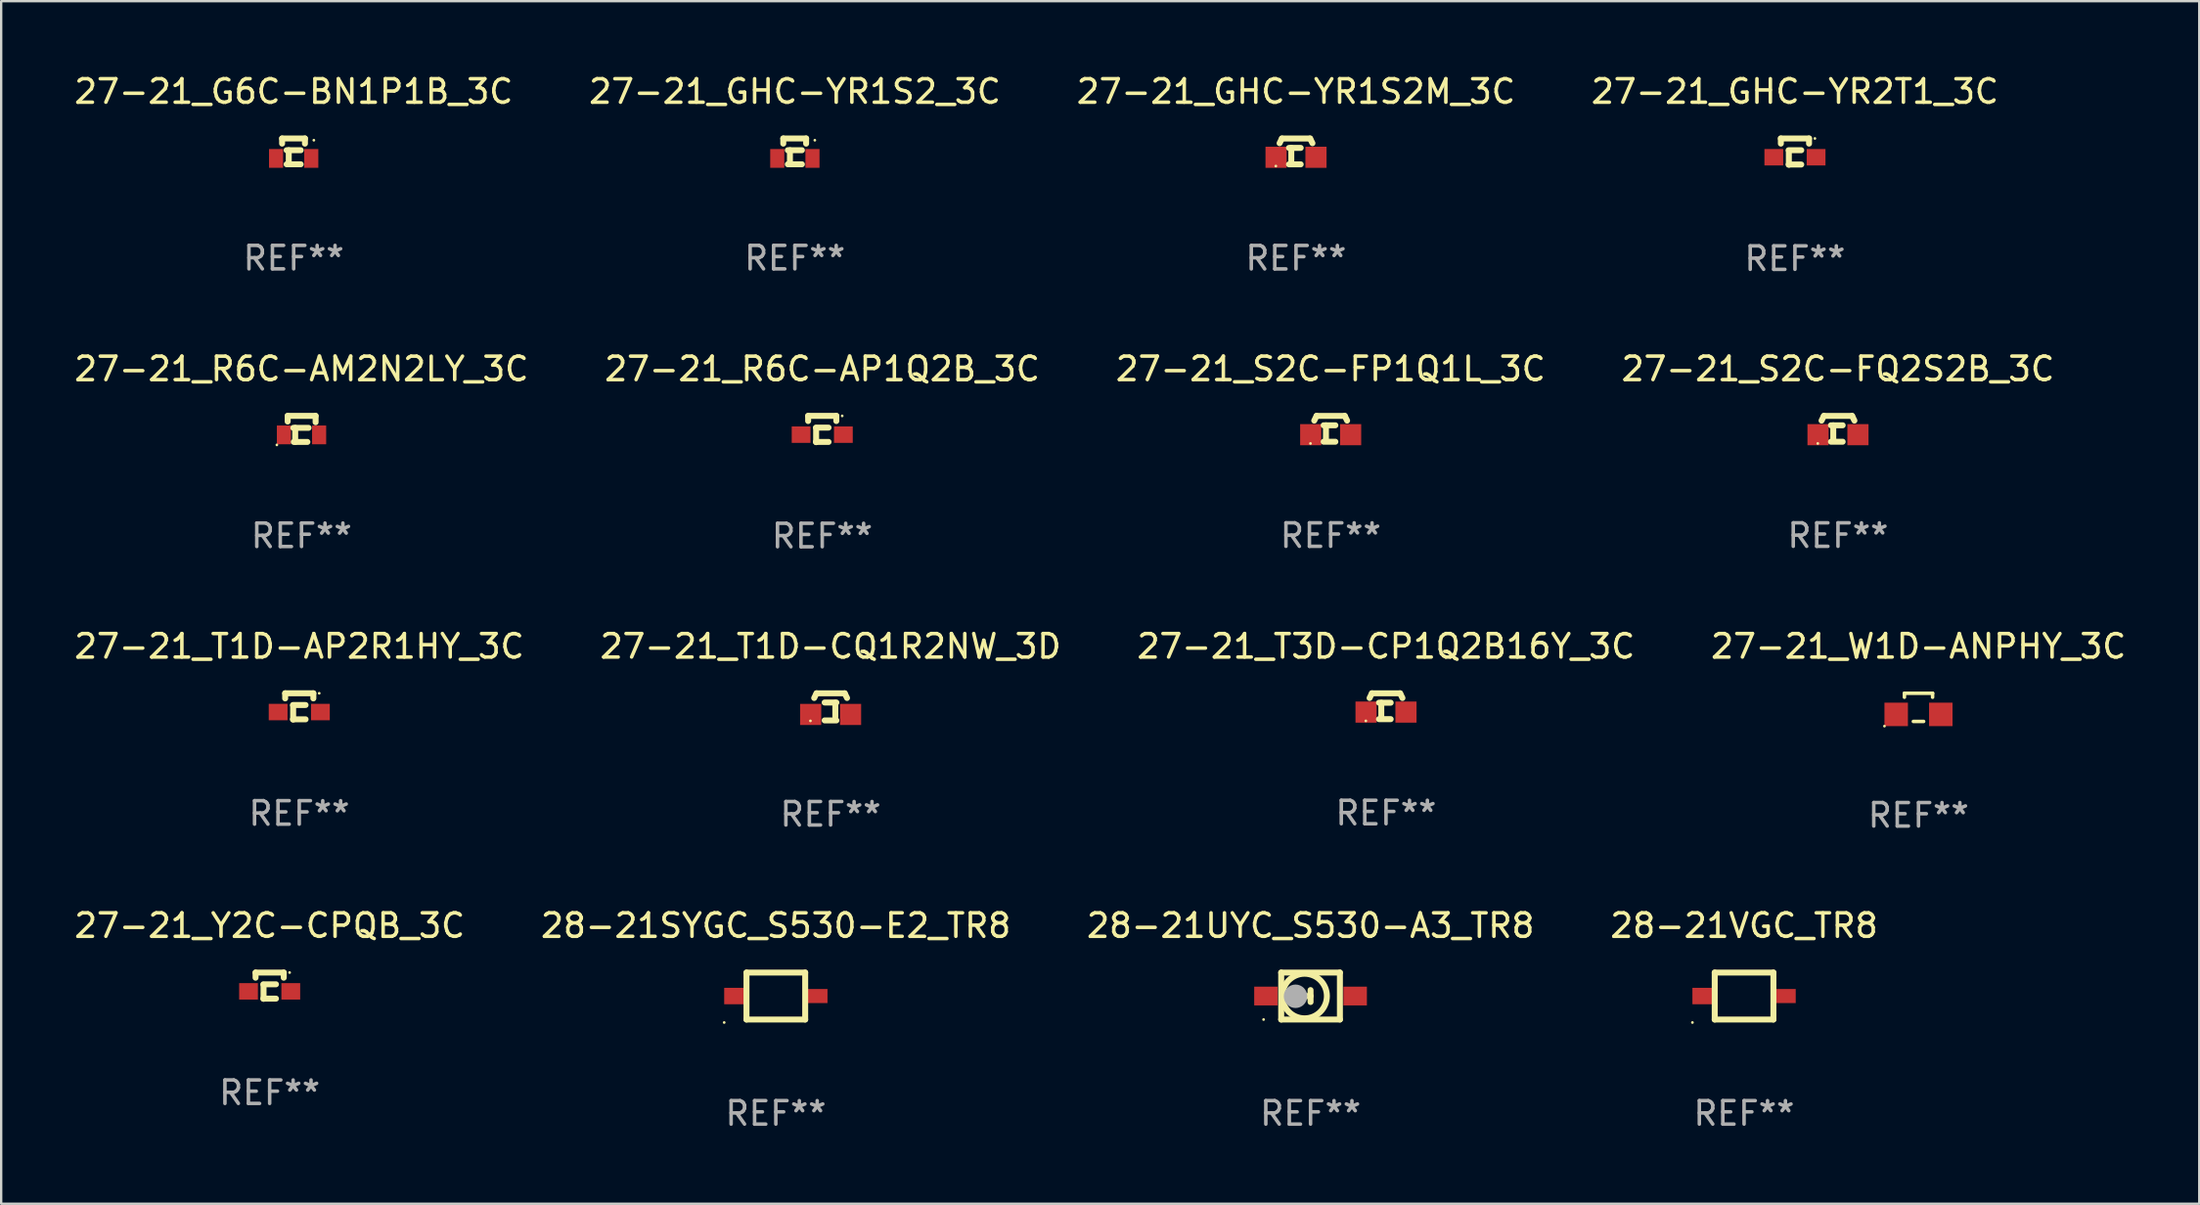
<source format=kicad_pcb>
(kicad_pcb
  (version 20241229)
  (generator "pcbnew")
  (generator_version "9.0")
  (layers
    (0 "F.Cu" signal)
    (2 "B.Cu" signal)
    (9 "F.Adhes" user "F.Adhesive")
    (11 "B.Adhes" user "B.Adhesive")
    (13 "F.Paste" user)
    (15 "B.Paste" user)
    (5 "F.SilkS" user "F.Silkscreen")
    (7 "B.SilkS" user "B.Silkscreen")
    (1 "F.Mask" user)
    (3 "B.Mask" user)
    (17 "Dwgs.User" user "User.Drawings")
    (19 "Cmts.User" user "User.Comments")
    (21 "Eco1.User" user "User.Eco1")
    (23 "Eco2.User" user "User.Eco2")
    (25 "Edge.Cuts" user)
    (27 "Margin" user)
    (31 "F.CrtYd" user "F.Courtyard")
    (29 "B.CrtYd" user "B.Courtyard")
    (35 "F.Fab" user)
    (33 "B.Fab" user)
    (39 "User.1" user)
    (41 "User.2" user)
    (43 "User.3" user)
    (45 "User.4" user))
  (footprint "27-21_T3D-CP1Q2B16Y_3C"
    (layer "F.Cu")
    (at 55.982 27.032)
    (property "Reference" "27-21_T3D-CP1Q2B16Y_3C" (at 0 -2.551 0) (layer "F.SilkS") (effects (font (size 1 1) (thickness 0.15))))
    (attr through_hole)
    (fp_line (start -0.6 -0.549) (end 0.6 -0.549) (stroke (width 0.254) (type solid)) (layer "F.SilkS"))
    (fp_line (start -0.6 -0.551) (end -0.7 -0.349) (stroke (width 0.254) (type solid)) (layer "F.SilkS"))
    (fp_line (start -0.3 -0.149) (end 0.2 -0.149) (stroke (width 0.254) (type solid)) (layer "F.SilkS"))
    (fp_line (start -0.3 0.551) (end 0.2 0.551) (stroke (width 0.254) (type solid)) (layer "F.SilkS"))
    (fp_line (start -0.201 0.451) (end -0.201 -0.148) (stroke (width 0.254) (type solid)) (layer "F.SilkS"))
    (fp_line (start 0.599 -0.551) (end 0.7 -0.349) (stroke (width 0.254) (type solid)) (layer "F.SilkS"))
    (fp_circle (center -0.86 0.625) (end -0.83 0.625) (stroke (width 0.06) (type solid)) (fill no) (layer "F.SilkS"))
    (fp_text user "REF**" (at 0 4.551 0) (layer "F.Fab") (effects (font (size 1 1) (thickness 0.15))))
    (pad "1" smd rect (at -0.85 0.251) (size 0.9 0.9) (layers "F.Cu" "F.Mask" "F.Paste"))
    (pad "2" smd rect (at 0.85 0.251) (size 0.9 0.9) (layers "F.Cu" "F.Mask" "F.Paste")))
  (footprint "27-21_GHC-YR2T1_3C"
    (layer "F.Cu")
    (at 73.399 3.408)
    (property "Reference" "27-21_GHC-YR2T1_3C" (at 0 -2.56 0) (layer "F.SilkS") (effects (font (size 1 1) (thickness 0.15))))
    (attr through_hole)
    (fp_line (start -0.6 -0.56) (end -0.6 -0.341) (stroke (width 0.254) (type solid)) (layer "F.SilkS"))
    (fp_line (start -0.6 -0.56) (end 0.6 -0.56) (stroke (width 0.254) (type solid)) (layer "F.SilkS"))
    (fp_line (start -0.269 0.55) (end 0.269 0.55) (stroke (width 0.254) (type solid)) (layer "F.SilkS"))
    (fp_line (start -0.26 0.56) (end -0.26 -0.039) (stroke (width 0.254) (type solid)) (layer "F.SilkS"))
    (fp_line (start 0.269 -0.06) (end -0.269 -0.06) (stroke (width 0.254) (type solid)) (layer "F.SilkS"))
    (fp_line (start 0.6 -0.56) (end 0.6 -0.341) (stroke (width 0.254) (type solid)) (layer "F.SilkS"))
    (fp_circle (center 0.85 -0.56) (end 0.88 -0.56) (stroke (width 0.06) (type solid)) (fill no) (layer "F.SilkS"))
    (fp_text user "REF**" (at 0 4.56 0) (layer "F.Fab") (effects (font (size 1 1) (thickness 0.15))))
    (pad "1" smd rect (at 0.9 0.24) (size 0.8 0.7) (layers "F.Cu" "F.Mask" "F.Paste"))
    (pad "2" smd rect (at -0.9 0.24) (size 0.8 0.7) (layers "F.Cu" "F.Mask" "F.Paste")))
  (footprint "28-21SYGC_S530-E2_TR8"
    (layer "F.Cu")
    (at 29.994 39.378)
    (property "Reference" "28-21SYGC_S530-E2_TR8" (at 0 -3 0) (layer "F.SilkS") (effects (font (size 1 1) (thickness 0.15))))
    (attr through_hole)
    (fp_line (start -1.25 -1) (end 1.25 -1) (stroke (width 0.254) (type solid)) (layer "F.SilkS"))
    (fp_line (start -1.25 1) (end -1.25 -1) (stroke (width 0.254) (type solid)) (layer "F.SilkS"))
    (fp_line (start -1.25 1) (end 1.25 1) (stroke (width 0.254) (type solid)) (layer "F.SilkS"))
    (fp_line (start 1.25 1) (end 1.25 -1) (stroke (width 0.254) (type solid)) (layer "F.SilkS"))
    (fp_circle (center -2.2 1.127) (end -2.17 1.127) (stroke (width 0.06) (type solid)) (fill no) (layer "F.SilkS"))
    (fp_text user "REF**" (at 0 5 0) (layer "F.Fab") (effects (font (size 1 1) (thickness 0.15))))
    (pad "1" smd rect (at -1.775 0) (size 0.85 0.7) (layers "F.Cu" "F.Mask" "F.Paste"))
    (pad "2" smd rect (at 1.775 0) (size 0.85 0.6) (layers "F.Cu" "F.Mask" "F.Paste")))
  (footprint "27-21_GHC-YR1S2M_3C"
    (layer "F.Cu")
    (at 52.149 3.399)
    (property "Reference" "27-21_GHC-YR1S2M_3C" (at 0 -2.551 0) (layer "F.SilkS") (effects (font (size 1 1) (thickness 0.15))))
    (attr through_hole)
    (fp_line (start -0.6 -0.549) (end 0.6 -0.549) (stroke (width 0.254) (type solid)) (layer "F.SilkS"))
    (fp_line (start -0.6 -0.551) (end -0.7 -0.349) (stroke (width 0.254) (type solid)) (layer "F.SilkS"))
    (fp_line (start -0.3 -0.149) (end 0.2 -0.149) (stroke (width 0.254) (type solid)) (layer "F.SilkS"))
    (fp_line (start -0.3 0.551) (end 0.2 0.551) (stroke (width 0.254) (type solid)) (layer "F.SilkS"))
    (fp_line (start -0.201 0.451) (end -0.201 -0.148) (stroke (width 0.254) (type solid)) (layer "F.SilkS"))
    (fp_line (start 0.599 -0.551) (end 0.7 -0.349) (stroke (width 0.254) (type solid)) (layer "F.SilkS"))
    (fp_circle (center -0.86 0.625) (end -0.83 0.625) (stroke (width 0.06) (type solid)) (fill no) (layer "F.SilkS"))
    (fp_text user "REF**" (at 0 4.551 0) (layer "F.Fab") (effects (font (size 1 1) (thickness 0.15))))
    (pad "1" smd rect (at -0.85 0.251) (size 0.9 0.9) (layers "F.Cu" "F.Mask" "F.Paste"))
    (pad "2" smd rect (at 0.85 0.251) (size 0.9 0.9) (layers "F.Cu" "F.Mask" "F.Paste")))
  (footprint "27-21_T1D-AP2R1HY_3C"
    (layer "F.Cu")
    (at 9.696 27.041)
    (property "Reference" "27-21_T1D-AP2R1HY_3C" (at 0 -2.56 0) (layer "F.SilkS") (effects (font (size 1 1) (thickness 0.15))))
    (attr through_hole)
    (fp_line (start -0.6 -0.56) (end -0.6 -0.341) (stroke (width 0.254) (type solid)) (layer "F.SilkS"))
    (fp_line (start -0.6 -0.56) (end 0.6 -0.56) (stroke (width 0.254) (type solid)) (layer "F.SilkS"))
    (fp_line (start -0.269 0.55) (end 0.269 0.55) (stroke (width 0.254) (type solid)) (layer "F.SilkS"))
    (fp_line (start -0.26 0.56) (end -0.26 -0.039) (stroke (width 0.254) (type solid)) (layer "F.SilkS"))
    (fp_line (start 0.269 -0.06) (end -0.269 -0.06) (stroke (width 0.254) (type solid)) (layer "F.SilkS"))
    (fp_line (start 0.6 -0.56) (end 0.6 -0.341) (stroke (width 0.254) (type solid)) (layer "F.SilkS"))
    (fp_circle (center 0.85 -0.56) (end 0.88 -0.56) (stroke (width 0.06) (type solid)) (fill no) (layer "F.SilkS"))
    (fp_text user "REF**" (at 0 4.56 0) (layer "F.Fab") (effects (font (size 1 1) (thickness 0.15))))
    (pad "1" smd rect (at 0.9 0.24) (size 0.8 0.7) (layers "F.Cu" "F.Mask" "F.Paste"))
    (pad "2" smd rect (at -0.9 0.24) (size 0.8 0.7) (layers "F.Cu" "F.Mask" "F.Paste")))
  (footprint "27-21_T1D-CQ1R2NW_3D"
    (layer "F.Cu")
    (at 32.327 27.059)
    (property "Reference" "27-21_T1D-CQ1R2NW_3D" (at 0 -2.578 0) (layer "F.SilkS") (effects (font (size 1 1) (thickness 0.15))))
    (attr through_hole)
    (fp_line (start -0.6 -0.576) (end 0.6 -0.576) (stroke (width 0.254) (type solid)) (layer "F.SilkS"))
    (fp_line (start -0.6 -0.578) (end -0.7 -0.377) (stroke (width 0.254) (type solid)) (layer "F.SilkS"))
    (fp_line (start -0.254 -0.184) (end 0.246 -0.184) (stroke (width 0.254) (type solid)) (layer "F.SilkS"))
    (fp_line (start -0.254 0.578) (end 0.246 0.578) (stroke (width 0.254) (type solid)) (layer "F.SilkS"))
    (fp_line (start 0.201 0.424) (end 0.201 -0.175) (stroke (width 0.254) (type solid)) (layer "F.SilkS"))
    (fp_line (start 0.599 -0.578) (end 0.7 -0.377) (stroke (width 0.254) (type solid)) (layer "F.SilkS"))
    (fp_circle (center -0.86 0.598) (end -0.83 0.598) (stroke (width 0.06) (type solid)) (fill no) (layer "F.SilkS"))
    (fp_text user "REF**" (at 0 4.578 0) (layer "F.Fab") (effects (font (size 1 1) (thickness 0.15))))
    (pad "1" smd rect (at -0.85 0.324) (size 0.9 0.9) (layers "F.Cu" "F.Mask" "F.Paste"))
    (pad "2" smd rect (at 0.85 0.324) (size 0.9 0.9) (layers "F.Cu" "F.Mask" "F.Paste")))
  (footprint "27-21_R6C-AP1Q2B_3C"
    (layer "F.Cu")
    (at 31.97 15.225)
    (property "Reference" "27-21_R6C-AP1Q2B_3C" (at 0 -2.56 0) (layer "F.SilkS") (effects (font (size 1 1) (thickness 0.15))))
    (attr through_hole)
    (fp_line (start -0.6 -0.56) (end -0.6 -0.341) (stroke (width 0.254) (type solid)) (layer "F.SilkS"))
    (fp_line (start -0.6 -0.56) (end 0.6 -0.56) (stroke (width 0.254) (type solid)) (layer "F.SilkS"))
    (fp_line (start -0.269 0.55) (end 0.269 0.55) (stroke (width 0.254) (type solid)) (layer "F.SilkS"))
    (fp_line (start -0.26 0.56) (end -0.26 -0.039) (stroke (width 0.254) (type solid)) (layer "F.SilkS"))
    (fp_line (start 0.269 -0.06) (end -0.269 -0.06) (stroke (width 0.254) (type solid)) (layer "F.SilkS"))
    (fp_line (start 0.6 -0.56) (end 0.6 -0.341) (stroke (width 0.254) (type solid)) (layer "F.SilkS"))
    (fp_circle (center 0.85 -0.56) (end 0.88 -0.56) (stroke (width 0.06) (type solid)) (fill no) (layer "F.SilkS"))
    (fp_text user "REF**" (at 0 4.56 0) (layer "F.Fab") (effects (font (size 1 1) (thickness 0.15))))
    (pad "1" smd rect (at 0.9 0.24) (size 0.8 0.7) (layers "F.Cu" "F.Mask" "F.Paste"))
    (pad "2" smd rect (at -0.9 0.24) (size 0.8 0.7) (layers "F.Cu" "F.Mask" "F.Paste")))
  (footprint "27-21_S2C-FQ2S2B_3C"
    (layer "F.Cu")
    (at 75.232 15.215)
    (property "Reference" "27-21_S2C-FQ2S2B_3C" (at 0 -2.551 0) (layer "F.SilkS") (effects (font (size 1 1) (thickness 0.15))))
    (attr through_hole)
    (fp_line (start -0.6 -0.549) (end 0.6 -0.549) (stroke (width 0.254) (type solid)) (layer "F.SilkS"))
    (fp_line (start -0.6 -0.551) (end -0.7 -0.349) (stroke (width 0.254) (type solid)) (layer "F.SilkS"))
    (fp_line (start -0.3 -0.149) (end 0.2 -0.149) (stroke (width 0.254) (type solid)) (layer "F.SilkS"))
    (fp_line (start -0.3 0.551) (end 0.2 0.551) (stroke (width 0.254) (type solid)) (layer "F.SilkS"))
    (fp_line (start -0.201 0.451) (end -0.201 -0.148) (stroke (width 0.254) (type solid)) (layer "F.SilkS"))
    (fp_line (start 0.599 -0.551) (end 0.7 -0.349) (stroke (width 0.254) (type solid)) (layer "F.SilkS"))
    (fp_circle (center -0.86 0.625) (end -0.83 0.625) (stroke (width 0.06) (type solid)) (fill no) (layer "F.SilkS"))
    (fp_text user "REF**" (at 0 4.551 0) (layer "F.Fab") (effects (font (size 1 1) (thickness 0.15))))
    (pad "1" smd rect (at -0.85 0.251) (size 0.9 0.9) (layers "F.Cu" "F.Mask" "F.Paste"))
    (pad "2" smd rect (at 0.85 0.251) (size 0.9 0.9) (layers "F.Cu" "F.Mask" "F.Paste")))
  (footprint "28-21UYC_S530-A3_TR8"
    (layer "F.Cu")
    (at 52.768 39.378)
    (property "Reference" "28-21UYC_S530-A3_TR8" (at 0 -3 0) (layer "F.SilkS") (effects (font (size 1 1) (thickness 0.15))))
    (attr through_hole)
    (fp_line (start -1.25 -1) (end 1.25 -1) (stroke (width 0.254) (type solid)) (layer "F.SilkS"))
    (fp_line (start -1.25 1) (end -1.25 -1) (stroke (width 0.254) (type solid)) (layer "F.SilkS"))
    (fp_line (start 0 -0.254) (end 0 0.254) (stroke (width 0.254) (type solid)) (layer "F.SilkS"))
    (fp_line (start 0 0) (end -0.381 0) (stroke (width 0.254) (type solid)) (layer "F.SilkS"))
    (fp_line (start 1.25 -1) (end 1.25 1) (stroke (width 0.254) (type solid)) (layer "F.SilkS"))
    (fp_line (start 1.25 1) (end -1.25 1) (stroke (width 0.254) (type solid)) (layer "F.SilkS"))
    (fp_circle (center -2 1) (end -1.97 1) (stroke (width 0.06) (type solid)) (fill no) (layer "F.SilkS"))
    (fp_circle (center -0.254 0) (end 0.696 0) (stroke (width 0.254) (type solid)) (fill no) (layer "F.SilkS"))
    (fp_circle (center -0.64 0.01) (end -0.39 0.01) (stroke (width 0.5) (type solid)) (fill no) (layer "F.Fab"))
    (fp_text user "REF**" (at 0 5 0) (layer "F.Fab") (effects (font (size 1 1) (thickness 0.15))))
    (pad "1" smd rect (at -1.9 0) (size 1 0.8) (layers "F.Cu" "F.Mask" "F.Paste"))
    (pad "2" smd rect (at 1.9 0) (size 1 0.8) (layers "F.Cu" "F.Mask" "F.Paste")))
  (footprint "27-21_G6C-BN1P1B_3C"
    (layer "F.Cu")
    (at 9.458 3.398)
    (property "Reference" "27-21_G6C-BN1P1B_3C" (at 0 -2.55 0) (layer "F.SilkS") (effects (font (size 1 1) (thickness 0.15))))
    (attr through_hole)
    (fp_line (start -0.493 -0.55) (end -0.493 -0.331) (stroke (width 0.254) (type solid)) (layer "F.SilkS"))
    (fp_line (start -0.3 0.55) (end 0.3 0.55) (stroke (width 0.254) (type solid)) (layer "F.SilkS"))
    (fp_line (start -0.21 -0.05) (end -0.21 0.55) (stroke (width 0.254) (type solid)) (layer "F.SilkS"))
    (fp_line (start 0.3 -0.05) (end -0.3 -0.05) (stroke (width 0.254) (type solid)) (layer "F.SilkS"))
    (fp_line (start 0.48 -0.55) (end -0.493 -0.55) (stroke (width 0.254) (type solid)) (layer "F.SilkS"))
    (fp_line (start 0.48 -0.55) (end 0.48 -0.33) (stroke (width 0.254) (type solid)) (layer "F.SilkS"))
    (fp_circle (center 0.859 -0.475) (end 0.889 -0.475) (stroke (width 0.06) (type solid)) (fill no) (layer "F.SilkS"))
    (fp_text user "REF**" (at 0 4.55 0) (layer "F.Fab") (effects (font (size 1 1) (thickness 0.15))))
    (pad "1" smd rect (at 0.75 0.3) (size 0.6 0.8) (layers "F.Cu" "F.Mask" "F.Paste"))
    (pad "2" smd rect (at -0.75 0.3) (size 0.6 0.8) (layers "F.Cu" "F.Mask" "F.Paste")))
  (footprint "27-21_R6C-AM2N2LY_3C"
    (layer "F.Cu")
    (at 9.792 15.22)
    (property "Reference" "27-21_R6C-AM2N2LY_3C" (at 0 -2.555 0) (layer "F.SilkS") (effects (font (size 1 1) (thickness 0.15))))
    (attr through_hole)
    (fp_line (start -0.59 -0.315) (end -0.589 -0.555) (stroke (width 0.254) (type solid)) (layer "F.SilkS"))
    (fp_line (start -0.589 -0.555) (end 0.6 -0.555) (stroke (width 0.254) (type solid)) (layer "F.SilkS"))
    (fp_line (start -0.351 -0.045) (end 0.3 -0.045) (stroke (width 0.254) (type solid)) (layer "F.SilkS"))
    (fp_line (start -0.269 0.555) (end -0.269 -0.045) (stroke (width 0.254) (type solid)) (layer "F.SilkS"))
    (fp_line (start 0.25 0.555) (end -0.33 0.555) (stroke (width 0.254) (type solid)) (layer "F.SilkS"))
    (fp_line (start 0.6 -0.555) (end 0.6 -0.285) (stroke (width 0.254) (type solid)) (layer "F.SilkS"))
    (fp_circle (center -1.05 0.682) (end -1.02 0.682) (stroke (width 0.06) (type solid)) (fill no) (layer "F.SilkS"))
    (fp_text user "REF**" (at 0 4.555 0) (layer "F.Fab") (effects (font (size 1 1) (thickness 0.15))))
    (pad "1" smd rect (at -0.75 0.255) (size 0.6 0.8) (layers "F.Cu" "F.Mask" "F.Paste"))
    (pad "2" smd rect (at 0.75 0.255) (size 0.6 0.8) (layers "F.Cu" "F.Mask" "F.Paste")))
  (footprint "27-21_GHC-YR1S2_3C"
    (layer "F.Cu")
    (at 30.804 3.398)
    (property "Reference" "27-21_GHC-YR1S2_3C" (at 0 -2.55 0) (layer "F.SilkS") (effects (font (size 1 1) (thickness 0.15))))
    (attr through_hole)
    (fp_line (start -0.493 -0.55) (end -0.493 -0.331) (stroke (width 0.254) (type solid)) (layer "F.SilkS"))
    (fp_line (start -0.3 0.55) (end 0.3 0.55) (stroke (width 0.254) (type solid)) (layer "F.SilkS"))
    (fp_line (start -0.21 -0.05) (end -0.21 0.55) (stroke (width 0.254) (type solid)) (layer "F.SilkS"))
    (fp_line (start 0.3 -0.05) (end -0.3 -0.05) (stroke (width 0.254) (type solid)) (layer "F.SilkS"))
    (fp_line (start 0.48 -0.55) (end -0.493 -0.55) (stroke (width 0.254) (type solid)) (layer "F.SilkS"))
    (fp_line (start 0.48 -0.55) (end 0.48 -0.33) (stroke (width 0.254) (type solid)) (layer "F.SilkS"))
    (fp_circle (center 0.85 -0.475) (end 0.88 -0.475) (stroke (width 0.06) (type solid)) (fill no) (layer "F.SilkS"))
    (fp_text user "REF**" (at 0 4.55 0) (layer "F.Fab") (effects (font (size 1 1) (thickness 0.15))))
    (pad "1" smd rect (at 0.75 0.3) (size 0.6 0.8) (layers "F.Cu" "F.Mask" "F.Paste"))
    (pad "2" smd rect (at -0.75 0.3) (size 0.6 0.8) (layers "F.Cu" "F.Mask" "F.Paste")))
  (footprint "28-21VGC_TR8"
    (layer "F.Cu")
    (at 71.232 39.378)
    (property "Reference" "28-21VGC_TR8" (at 0 -3 0) (layer "F.SilkS") (effects (font (size 1 1) (thickness 0.15))))
    (attr through_hole)
    (fp_line (start -1.25 -1) (end 1.25 -1) (stroke (width 0.254) (type solid)) (layer "F.SilkS"))
    (fp_line (start -1.25 1) (end -1.25 -1) (stroke (width 0.254) (type solid)) (layer "F.SilkS"))
    (fp_line (start -1.25 1) (end 1.25 1) (stroke (width 0.254) (type solid)) (layer "F.SilkS"))
    (fp_line (start 1.25 1) (end 1.25 -1) (stroke (width 0.254) (type solid)) (layer "F.SilkS"))
    (fp_circle (center -2.2 1.127) (end -2.17 1.127) (stroke (width 0.06) (type solid)) (fill no) (layer "F.SilkS"))
    (fp_text user "REF**" (at 0 5 0) (layer "F.Fab") (effects (font (size 1 1) (thickness 0.15))))
    (pad "1" smd rect (at -1.775 0) (size 0.85 0.7) (layers "F.Cu" "F.Mask" "F.Paste"))
    (pad "2" smd rect (at 1.775 0) (size 0.85 0.6) (layers "F.Cu" "F.Mask" "F.Paste")))
  (footprint "27-21_S2C-FP1Q1L_3C"
    (layer "F.Cu")
    (at 53.625 15.215)
    (property "Reference" "27-21_S2C-FP1Q1L_3C" (at 0 -2.551 0) (layer "F.SilkS") (effects (font (size 1 1) (thickness 0.15))))
    (attr through_hole)
    (fp_line (start -0.6 -0.549) (end 0.6 -0.549) (stroke (width 0.254) (type solid)) (layer "F.SilkS"))
    (fp_line (start -0.6 -0.551) (end -0.7 -0.349) (stroke (width 0.254) (type solid)) (layer "F.SilkS"))
    (fp_line (start -0.3 -0.149) (end 0.2 -0.149) (stroke (width 0.254) (type solid)) (layer "F.SilkS"))
    (fp_line (start -0.3 0.551) (end 0.2 0.551) (stroke (width 0.254) (type solid)) (layer "F.SilkS"))
    (fp_line (start -0.201 0.451) (end -0.201 -0.148) (stroke (width 0.254) (type solid)) (layer "F.SilkS"))
    (fp_line (start 0.599 -0.551) (end 0.7 -0.349) (stroke (width 0.254) (type solid)) (layer "F.SilkS"))
    (fp_circle (center -0.86 0.625) (end -0.83 0.625) (stroke (width 0.06) (type solid)) (fill no) (layer "F.SilkS"))
    (fp_text user "REF**" (at 0 4.551 0) (layer "F.Fab") (effects (font (size 1 1) (thickness 0.15))))
    (pad "1" smd rect (at -0.85 0.251) (size 0.9 0.9) (layers "F.Cu" "F.Mask" "F.Paste"))
    (pad "2" smd rect (at 0.85 0.251) (size 0.9 0.9) (layers "F.Cu" "F.Mask" "F.Paste")))
  (footprint "27-21_Y2C-CPQB_3C"
    (layer "F.Cu")
    (at 8.435 38.938)
    (property "Reference" "27-21_Y2C-CPQB_3C" (at 0 -2.56 0) (layer "F.SilkS") (effects (font (size 1 1) (thickness 0.15))))
    (attr through_hole)
    (fp_line (start -0.6 -0.56) (end -0.6 -0.341) (stroke (width 0.254) (type solid)) (layer "F.SilkS"))
    (fp_line (start -0.6 -0.56) (end 0.6 -0.56) (stroke (width 0.254) (type solid)) (layer "F.SilkS"))
    (fp_line (start -0.269 0.55) (end 0.269 0.55) (stroke (width 0.254) (type solid)) (layer "F.SilkS"))
    (fp_line (start -0.26 0.56) (end -0.26 -0.039) (stroke (width 0.254) (type solid)) (layer "F.SilkS"))
    (fp_line (start 0.269 -0.06) (end -0.269 -0.06) (stroke (width 0.254) (type solid)) (layer "F.SilkS"))
    (fp_line (start 0.6 -0.56) (end 0.6 -0.341) (stroke (width 0.254) (type solid)) (layer "F.SilkS"))
    (fp_circle (center 0.85 -0.56) (end 0.88 -0.56) (stroke (width 0.06) (type solid)) (fill no) (layer "F.SilkS"))
    (fp_text user "REF**" (at 0 4.56 0) (layer "F.Fab") (effects (font (size 1 1) (thickness 0.15))))
    (pad "1" smd rect (at 0.9 0.24) (size 0.8 0.7) (layers "F.Cu" "F.Mask" "F.Paste"))
    (pad "2" smd rect (at -0.9 0.24) (size 0.8 0.7) (layers "F.Cu" "F.Mask" "F.Paste")))
  (footprint "27-21_W1D-ANPHY_3C"
    (layer "F.Cu")
    (at 78.661 27.081)
    (property "Reference" "27-21_W1D-ANPHY_3C" (at 0 -2.6 0) (layer "F.SilkS") (effects (font (size 1 1) (thickness 0.15))))
    (attr through_hole)
    (fp_line (start -0.6 -0.6) (end -0.6 -0.431) (stroke (width 0.15) (type solid)) (layer "F.SilkS"))
    (fp_line (start -0.6 -0.6) (end 0.6 -0.6) (stroke (width 0.15) (type solid)) (layer "F.SilkS"))
    (fp_line (start -0.219 0.6) (end 0.219 0.6) (stroke (width 0.15) (type solid)) (layer "F.SilkS"))
    (fp_line (start 0.6 -0.6) (end 0.6 -0.431) (stroke (width 0.15) (type solid)) (layer "F.SilkS"))
    (fp_circle (center -1.45 0.8) (end -1.42 0.8) (stroke (width 0.06) (type solid)) (fill no) (layer "F.SilkS"))
    (fp_text user "REF**" (at 0 4.6 0) (layer "F.Fab") (effects (font (size 1 1) (thickness 0.15))))
    (pad "1" smd rect (at -0.95 0.3 270) (size 1 1) (layers "F.Cu" "F.Mask" "F.Paste"))
    (pad "2" smd rect (at 0.95 0.3 270) (size 1 1) (layers "F.Cu" "F.Mask" "F.Paste")))
  (gr_rect
    (start -3 -3)
    (end 90.619 48.226)
    (stroke (width 0.1) (type default))
    (fill no)
    (layer "Edge.Cuts")))
</source>
